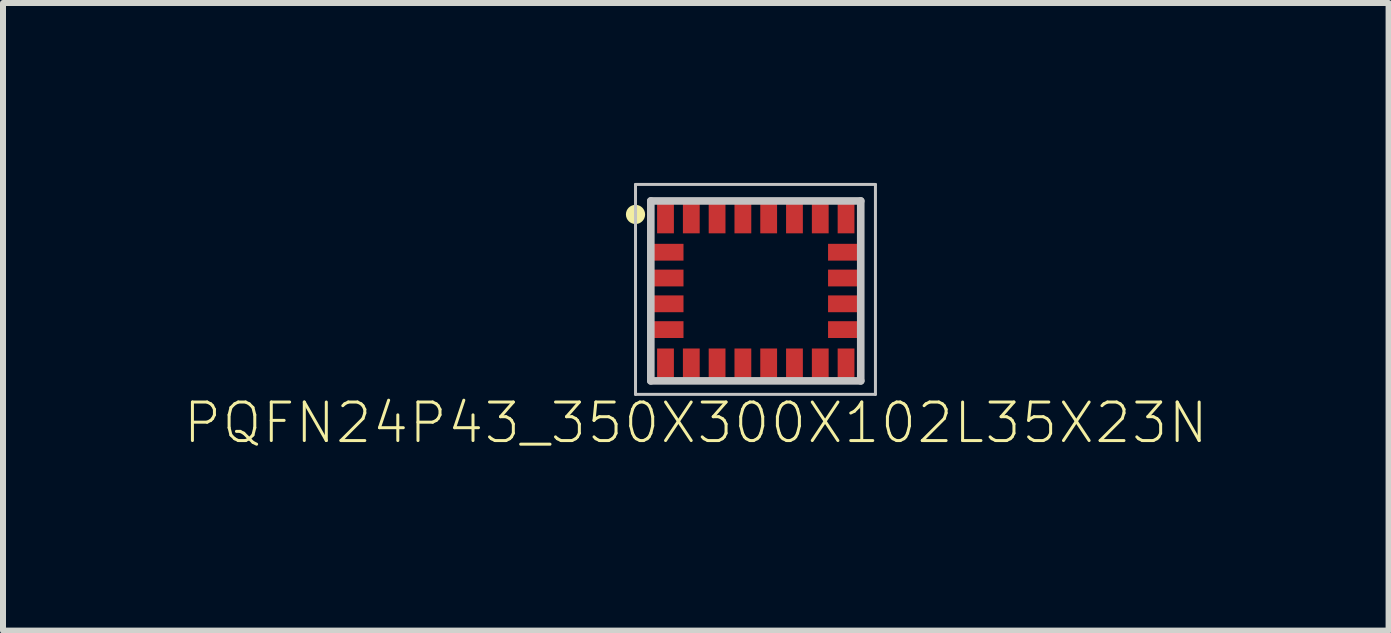
<source format=kicad_pcb>
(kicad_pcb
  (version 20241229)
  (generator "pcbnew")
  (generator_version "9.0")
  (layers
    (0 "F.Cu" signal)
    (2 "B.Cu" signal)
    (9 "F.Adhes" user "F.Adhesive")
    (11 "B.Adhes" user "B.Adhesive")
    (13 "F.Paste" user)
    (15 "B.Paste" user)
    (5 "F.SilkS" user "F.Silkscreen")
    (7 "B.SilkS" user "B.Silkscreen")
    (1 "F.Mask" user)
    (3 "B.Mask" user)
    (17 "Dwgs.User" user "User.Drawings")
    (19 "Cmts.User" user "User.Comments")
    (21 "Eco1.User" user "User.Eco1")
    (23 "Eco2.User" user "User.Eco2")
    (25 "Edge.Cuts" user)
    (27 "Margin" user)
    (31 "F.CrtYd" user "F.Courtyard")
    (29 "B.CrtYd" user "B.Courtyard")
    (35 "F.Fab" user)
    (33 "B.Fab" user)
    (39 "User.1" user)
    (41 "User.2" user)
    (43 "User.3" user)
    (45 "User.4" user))
  (footprint "PQFN24P43_350X300X102L35X23N"
    (layer "F.Cu")
    (at 9.55 1.8)
    (property "Reference" "PQFN24P43_350X300X102L35X23N" (at -1 2.2 0) (layer "F.SilkS") (effects (font (size 0.642 0.642) (thickness 0.05))))
    (attr smd)
    (fp_line (start -1.75 -1.5) (end -1.755 -1.475) (stroke (width 0.05) (type solid)) (layer "F.SilkS"))
    (fp_line (start -1.75 -1.075) (end -1.75 -1.5) (stroke (width 0.1) (type solid)) (layer "F.SilkS"))
    (fp_circle (center -2.005 -1.275) (end -1.925 -1.275) (stroke (width 0.16) (type solid)) (fill no) (layer "F.SilkS"))
    (fp_line (start -2.005 -1.775) (end 1.995 -1.775) (stroke (width 0.05) (type solid)) (layer "Dwgs.User"))
    (fp_line (start -2.005 1.725) (end -2.005 -1.775) (stroke (width 0.05) (type solid)) (layer "Dwgs.User"))
    (fp_line (start -1.75 -1.5) (end 1.75 -1.5) (stroke (width 0.127) (type solid)) (layer "Dwgs.User"))
    (fp_line (start -1.75 1.5) (end -1.75 -1.5) (stroke (width 0.127) (type solid)) (layer "Dwgs.User"))
    (fp_line (start 1.75 -1.5) (end 1.75 1.5) (stroke (width 0.127) (type solid)) (layer "Dwgs.User"))
    (fp_line (start 1.75 1.5) (end -1.75 1.5) (stroke (width 0.127) (type solid)) (layer "Dwgs.User"))
    (fp_line (start 1.995 -1.775) (end 1.995 1.725) (stroke (width 0.05) (type solid)) (layer "Dwgs.User"))
    (fp_line (start 1.995 1.725) (end -2.005 1.725) (stroke (width 0.05) (type solid)) (layer "Dwgs.User"))
    (pad "1" smd rect (at -1.505 -1.225 270) (size 0.53 0.28) (layers "F.Cu" "F.Mask" "F.Paste"))
    (pad "2" smd rect (at -1.47 -0.645 180) (size 0.53 0.28) (layers "F.Cu" "F.Mask" "F.Paste"))
    (pad "3" smd rect (at -1.47 -0.215 180) (size 0.53 0.28) (layers "F.Cu" "F.Mask" "F.Paste"))
    (pad "4" smd rect (at -1.47 0.215 180) (size 0.53 0.28) (layers "F.Cu" "F.Mask" "F.Paste"))
    (pad "5" smd rect (at -1.47 0.645 180) (size 0.53 0.28) (layers "F.Cu" "F.Mask" "F.Paste"))
    (pad "6" smd rect (at -1.505 1.225 270) (size 0.53 0.28) (layers "F.Cu" "F.Mask" "F.Paste"))
    (pad "7" smd rect (at -1.075 1.225 90) (size 0.53 0.28) (layers "F.Cu" "F.Mask" "F.Paste"))
    (pad "8" smd rect (at -0.645 1.225 90) (size 0.53 0.28) (layers "F.Cu" "F.Mask" "F.Paste"))
    (pad "9" smd rect (at -0.215 1.225 90) (size 0.53 0.28) (layers "F.Cu" "F.Mask" "F.Paste"))
    (pad "10" smd rect (at 0.215 1.225 270) (size 0.53 0.28) (layers "F.Cu" "F.Mask" "F.Paste"))
    (pad "11" smd rect (at 0.645 1.225 90) (size 0.53 0.28) (layers "F.Cu" "F.Mask" "F.Paste"))
    (pad "12" smd rect (at 1.075 1.225 270) (size 0.53 0.28) (layers "F.Cu" "F.Mask" "F.Paste"))
    (pad "13" smd rect (at 1.505 1.225 90) (size 0.53 0.28) (layers "F.Cu" "F.Mask" "F.Paste"))
    (pad "14" smd rect (at 1.47 0.645) (size 0.53 0.28) (layers "F.Cu" "F.Mask" "F.Paste"))
    (pad "15" smd rect (at 1.47 0.215) (size 0.53 0.28) (layers "F.Cu" "F.Mask" "F.Paste"))
    (pad "16" smd rect (at 1.47 -0.215) (size 0.53 0.28) (layers "F.Cu" "F.Mask" "F.Paste"))
    (pad "17" smd rect (at 1.47 -0.645) (size 0.53 0.28) (layers "F.Cu" "F.Mask" "F.Paste"))
    (pad "18" smd rect (at 1.505 -1.225 270) (size 0.53 0.28) (layers "F.Cu" "F.Mask" "F.Paste"))
    (pad "19" smd rect (at 1.075 -1.225 270) (size 0.53 0.28) (layers "F.Cu" "F.Mask" "F.Paste"))
    (pad "20" smd rect (at 0.645 -1.225 270) (size 0.53 0.28) (layers "F.Cu" "F.Mask" "F.Paste"))
    (pad "21" smd rect (at 0.215 -1.225 270) (size 0.53 0.28) (layers "F.Cu" "F.Mask" "F.Paste"))
    (pad "22" smd rect (at -0.215 -1.225 270) (size 0.53 0.28) (layers "F.Cu" "F.Mask" "F.Paste"))
    (pad "23" smd rect (at -0.645 -1.225 270) (size 0.53 0.28) (layers "F.Cu" "F.Mask" "F.Paste"))
    (pad "24" smd rect (at -1.075 -1.225 270) (size 0.53 0.28) (layers "F.Cu" "F.Mask" "F.Paste")))
  (gr_rect
    (start -3 -3)
    (end 20.1 7.463)
    (stroke (width 0.1) (type default))
    (fill no)
    (layer "Edge.Cuts")))
</source>
